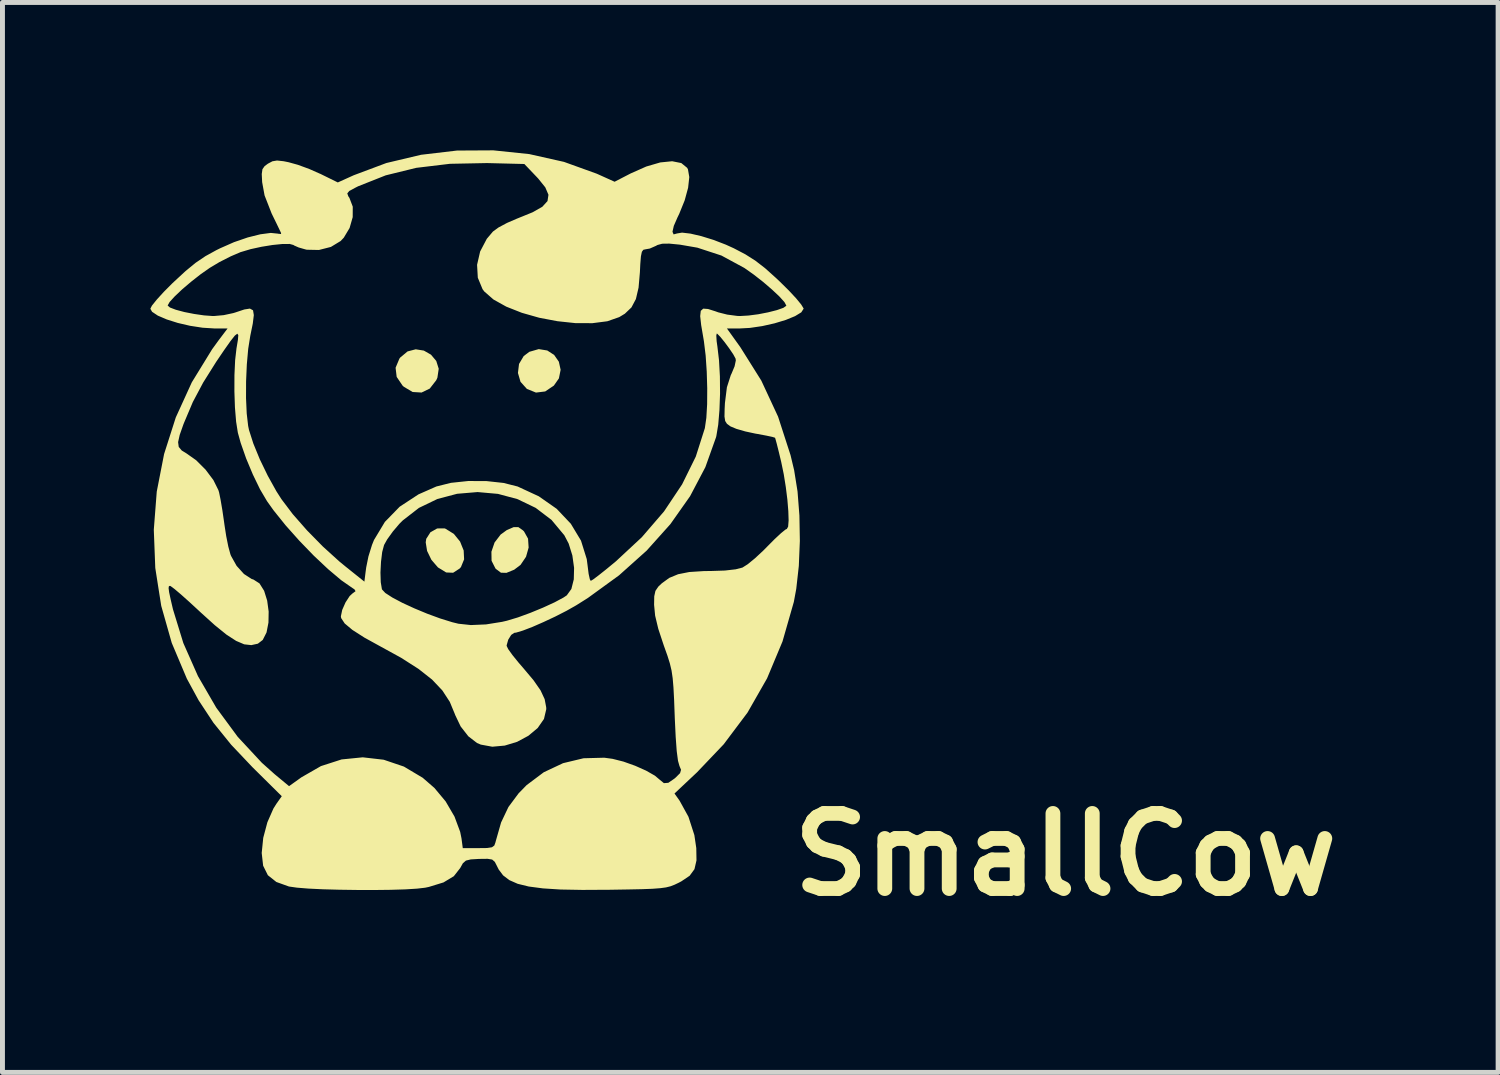
<source format=kicad_pcb>
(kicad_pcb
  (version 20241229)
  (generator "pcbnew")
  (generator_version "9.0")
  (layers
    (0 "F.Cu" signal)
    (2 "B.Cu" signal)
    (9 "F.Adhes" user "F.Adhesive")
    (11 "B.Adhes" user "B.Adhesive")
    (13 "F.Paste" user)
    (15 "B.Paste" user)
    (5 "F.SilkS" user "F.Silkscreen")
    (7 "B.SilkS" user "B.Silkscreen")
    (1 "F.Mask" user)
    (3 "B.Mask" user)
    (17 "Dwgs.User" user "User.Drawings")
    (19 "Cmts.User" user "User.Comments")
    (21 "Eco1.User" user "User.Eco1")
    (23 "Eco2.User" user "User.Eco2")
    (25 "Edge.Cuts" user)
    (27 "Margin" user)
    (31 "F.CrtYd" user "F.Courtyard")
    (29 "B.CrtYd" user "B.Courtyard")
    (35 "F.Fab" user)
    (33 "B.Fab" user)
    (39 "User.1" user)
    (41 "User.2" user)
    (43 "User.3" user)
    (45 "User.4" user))
  (footprint "SmallCow"
    (layer "F.Cu")
    (at 6.626 7.479)
    (property "Reference" "SmallCow" (at 11.938 6.807 0) (unlocked yes) (layer "F.SilkS") (effects (font (size 1.524 1.524) (thickness 0.3))))
    (attr through_hole board_only)
    (fp_poly (pts (xy 1.426 -3.419) (xy 1.566 -3.328) (xy 1.661 -3.191) (xy 1.697 -3.027) (xy 1.662 -2.853) (xy 1.56 -2.707) (xy 1.384 -2.588) (xy 1.197 -2.565) (xy 1.014 -2.639) (xy 1.012 -2.64) (xy 0.883 -2.784) (xy 0.831 -2.963) (xy 0.853 -3.146) (xy 0.948 -3.306) (xy 1.062 -3.392) (xy 1.253 -3.447)) (stroke (width 0) (type solid)) (fill yes) (layer "F.SilkS"))
    (fp_poly (pts (xy -1.078 -3.417) (xy -0.933 -3.334) (xy -0.826 -3.207) (xy -0.776 -3.048) (xy -0.803 -2.867) (xy -0.826 -2.816) (xy -0.958 -2.646) (xy -1.124 -2.566) (xy -1.306 -2.577) (xy -1.484 -2.683) (xy -1.51 -2.707) (xy -1.629 -2.883) (xy -1.651 -3.069) (xy -1.574 -3.253) (xy -1.556 -3.277) (xy -1.408 -3.4) (xy -1.243 -3.443)) (stroke (width 0) (type solid)) (fill yes) (layer "F.SilkS"))
    (fp_poly (pts (xy -0.642 0.195) (xy -0.47 0.301) (xy -0.343 0.457) (xy -0.27 0.638) (xy -0.261 0.818) (xy -0.325 0.974) (xy -0.351 1.004) (xy -0.484 1.09) (xy -0.625 1.084) (xy -0.788 0.984) (xy -0.796 0.977) (xy -0.925 0.827) (xy -1.012 0.647) (xy -1.04 0.473) (xy -1.029 0.401) (xy -0.943 0.267) (xy -0.807 0.191) (xy -0.658 0.19)) (stroke (width 0) (type solid)) (fill yes) (layer "F.SilkS"))
    (fp_poly (pts (xy 0.839 0.164) (xy 0.93 0.228) (xy 0.954 0.251) (xy 1.036 0.398) (xy 1.048 0.579) (xy 0.995 0.766) (xy 0.884 0.93) (xy 0.755 1.028) (xy 0.598 1.092) (xy 0.486 1.089) (xy 0.386 1.014) (xy 0.374 1.002) (xy 0.296 0.847) (xy 0.293 0.663) (xy 0.357 0.476) (xy 0.481 0.314) (xy 0.607 0.223) (xy 0.745 0.164)) (stroke (width 0) (type solid)) (fill yes) (layer "F.SilkS"))
    (fp_poly (pts (xy 1.061 -7.403) (xy 1.765 -7.245) (xy 2.428 -7.006) (xy 2.484 -6.981) (xy 2.792 -6.842) (xy 3.115 -7.009) (xy 3.434 -7.151) (xy 3.719 -7.234) (xy 3.96 -7.258) (xy 4.145 -7.221) (xy 4.264 -7.124) (xy 4.28 -7.093) (xy 4.307 -6.937) (xy 4.283 -6.719) (xy 4.213 -6.463) (xy 4.102 -6.189) (xy 4.07 -6.124) (xy 3.993 -5.947) (xy 3.966 -5.827) (xy 3.989 -5.774) (xy 4.059 -5.793) (xy 4.16 -5.81) (xy 4.331 -5.79) (xy 4.55 -5.739) (xy 4.796 -5.663) (xy 5.046 -5.567) (xy 5.209 -5.493) (xy 5.444 -5.37) (xy 5.646 -5.242) (xy 5.845 -5.088) (xy 6.071 -4.885) (xy 6.15 -4.81) (xy 6.328 -4.634) (xy 6.476 -4.475) (xy 6.579 -4.349) (xy 6.625 -4.273) (xy 6.626 -4.266) (xy 6.579 -4.193) (xy 6.453 -4.116) (xy 6.265 -4.039) (xy 6.037 -3.97) (xy 5.788 -3.914) (xy 5.536 -3.877) (xy 5.334 -3.866) (xy 5.071 -3.865) (xy 5.342 -3.487) (xy 5.768 -2.808) (xy 6.108 -2.077) (xy 6.361 -1.296) (xy 6.434 -0.991) (xy 6.503 -0.559) (xy 6.541 -0.07) (xy 6.55 0.444) (xy 6.529 0.951) (xy 6.477 1.416) (xy 6.428 1.681) (xy 6.198 2.484) (xy 5.885 3.232) (xy 5.488 3.927) (xy 5.004 4.571) (xy 4.464 5.138) (xy 4.007 5.568) (xy 4.111 5.715) (xy 4.29 6.04) (xy 4.41 6.412) (xy 4.449 6.676) (xy 4.453 6.925) (xy 4.412 7.103) (xy 4.314 7.237) (xy 4.146 7.35) (xy 4.091 7.379) (xy 4.007 7.419) (xy 3.927 7.45) (xy 3.835 7.473) (xy 3.717 7.489) (xy 3.558 7.501) (xy 3.344 7.509) (xy 3.059 7.515) (xy 2.69 7.521) (xy 2.67 7.521) (xy 2.138 7.524) (xy 1.697 7.516) (xy 1.338 7.493) (xy 1.05 7.455) (xy 0.826 7.4) (xy 0.656 7.325) (xy 0.53 7.229) (xy 0.44 7.109) (xy 0.407 7.043) (xy 0.362 6.955) (xy 0.308 6.908) (xy 0.216 6.893) (xy 0.055 6.895) (xy 0.042 6.895) (xy -0.126 6.905) (xy -0.224 6.929) (xy -0.286 6.983) (xy -0.34 7.08) (xy -0.47 7.246) (xy -0.679 7.372) (xy -0.975 7.463) (xy -1.051 7.479) (xy -1.214 7.498) (xy -1.454 7.513) (xy -1.752 7.522) (xy -2.088 7.526) (xy -2.442 7.525) (xy -2.795 7.52) (xy -3.128 7.511) (xy -3.421 7.497) (xy -3.653 7.478) (xy -3.807 7.456) (xy -3.814 7.455) (xy -4.07 7.363) (xy -4.242 7.226) (xy -4.338 7.033) (xy -4.367 6.775) (xy -4.336 6.468) (xy -4.252 6.152) (xy -4.129 5.872) (xy -4.067 5.774) (xy -3.96 5.623) (xy -4.556 5.033) (xy -4.987 4.578) (xy -5.345 4.135) (xy -5.647 3.677) (xy -5.886 3.238) (xy -6.192 2.513) (xy -6.405 1.762) (xy -6.462 1.402) (xy -6.256 1.402) (xy -6.245 1.486) (xy -6.213 1.635) (xy -6.167 1.832) (xy -5.957 2.516) (xy -5.66 3.187) (xy -5.289 3.827) (xy -4.853 4.419) (xy -4.364 4.945) (xy -4.105 5.176) (xy -3.812 5.419) (xy -3.562 5.24) (xy -3.165 5.012) (xy -2.746 4.877) (xy -2.317 4.834) (xy -1.892 4.883) (xy -1.482 5.022) (xy -1.101 5.249) (xy -0.864 5.455) (xy -0.636 5.728) (xy -0.456 6.036) (xy -0.341 6.346) (xy -0.314 6.479) (xy -0.288 6.676) (xy 0.031 6.676) (xy 0.204 6.674) (xy 0.303 6.659) (xy 0.352 6.623) (xy 0.376 6.556) (xy 0.38 6.538) (xy 0.489 6.156) (xy 0.638 5.842) (xy 0.844 5.565) (xy 1.007 5.398) (xy 1.355 5.137) (xy 1.746 4.953) (xy 2.162 4.853) (xy 2.583 4.842) (xy 2.751 4.865) (xy 2.972 4.921) (xy 3.208 5.005) (xy 3.43 5.104) (xy 3.609 5.206) (xy 3.711 5.292) (xy 3.792 5.358) (xy 3.882 5.351) (xy 4.004 5.267) (xy 4.03 5.245) (xy 4.12 5.155) (xy 4.14 5.087) (xy 4.107 5.008) (xy 4.078 4.905) (xy 4.052 4.707) (xy 4.031 4.419) (xy 4.013 4.045) (xy 4.011 3.991) (xy 3.999 3.666) (xy 3.986 3.419) (xy 3.97 3.229) (xy 3.947 3.073) (xy 3.913 2.93) (xy 3.865 2.776) (xy 3.799 2.591) (xy 3.788 2.56) (xy 3.678 2.227) (xy 3.614 1.96) (xy 3.593 1.74) (xy 3.596 1.568) (xy 3.62 1.458) (xy 3.678 1.372) (xy 3.75 1.304) (xy 3.901 1.194) (xy 4.08 1.12) (xy 4.307 1.075) (xy 4.603 1.056) (xy 4.758 1.054) (xy 5.03 1.045) (xy 5.249 1.02) (xy 5.385 0.985) (xy 5.491 0.918) (xy 5.639 0.797) (xy 5.805 0.643) (xy 5.889 0.558) (xy 6.04 0.406) (xy 6.169 0.286) (xy 6.258 0.214) (xy 6.286 0.201) (xy 6.312 0.155) (xy 6.322 0.028) (xy 6.316 -0.16) (xy 6.297 -0.392) (xy 6.265 -0.648) (xy 6.223 -0.91) (xy 6.172 -1.157) (xy 6.123 -1.361) (xy 6.082 -1.525) (xy 6.054 -1.627) (xy 6.046 -1.649) (xy 5.992 -1.666) (xy 5.865 -1.693) (xy 5.689 -1.726) (xy 5.647 -1.733) (xy 5.443 -1.777) (xy 5.263 -1.829) (xy 5.143 -1.879) (xy 5.136 -1.884) (xy 5.071 -1.932) (xy 5.035 -1.989) (xy 5.021 -2.079) (xy 5.024 -2.23) (xy 5.03 -2.352) (xy 5.07 -2.673) (xy 5.149 -2.919) (xy 5.166 -2.954) (xy 5.226 -3.098) (xy 5.251 -3.217) (xy 5.246 -3.254) (xy 5.2 -3.339) (xy 5.119 -3.459) (xy 5.024 -3.588) (xy 4.936 -3.696) (xy 4.875 -3.758) (xy 4.864 -3.763) (xy 4.855 -3.72) (xy 4.862 -3.606) (xy 4.877 -3.501) (xy 4.91 -3.22) (xy 4.928 -2.892) (xy 4.931 -2.546) (xy 4.919 -2.211) (xy 4.894 -1.914) (xy 4.856 -1.684) (xy 4.849 -1.657) (xy 4.633 -1.052) (xy 4.323 -0.463) (xy 3.924 0.103) (xy 3.442 0.641) (xy 2.881 1.143) (xy 2.249 1.602) (xy 2.014 1.75) (xy 1.818 1.861) (xy 1.589 1.978) (xy 1.35 2.09) (xy 1.124 2.189) (xy 0.931 2.263) (xy 0.794 2.304) (xy 0.756 2.309) (xy 0.694 2.351) (xy 0.634 2.448) (xy 0.603 2.558) (xy 0.602 2.574) (xy 0.634 2.64) (xy 0.72 2.76) (xy 0.844 2.913) (xy 0.934 3.017) (xy 1.146 3.269) (xy 1.29 3.476) (xy 1.373 3.654) (xy 1.404 3.818) (xy 1.406 3.856) (xy 1.359 4.056) (xy 1.231 4.24) (xy 1.043 4.397) (xy 0.814 4.52) (xy 0.564 4.596) (xy 0.311 4.619) (xy 0.077 4.576) (xy 0.000103 4.543) (xy -0.175 4.408) (xy -0.331 4.208) (xy -0.442 3.976) (xy -0.447 3.961) (xy -0.552 3.708) (xy -0.703 3.477) (xy -0.911 3.257) (xy -1.187 3.04) (xy -1.539 2.815) (xy -1.947 2.591) (xy -2.283 2.406) (xy -2.528 2.249) (xy -2.684 2.118) (xy -2.755 2.01) (xy -2.761 1.974) (xy -2.734 1.844) (xy -2.667 1.692) (xy -2.583 1.563) (xy -2.527 1.511) (xy -2.463 1.464) (xy -2.486 1.426) (xy -2.523 1.402) (xy -2.754 1.241) (xy -3.022 1.015) (xy -3.312 0.742) (xy -3.604 0.44) (xy -3.882 0.128) (xy -4.127 -0.177) (xy -4.259 -0.362) (xy -4.4 -0.601) (xy -4.546 -0.902) (xy -4.683 -1.229) (xy -4.794 -1.546) (xy -4.851 -1.752) (xy -4.886 -1.974) (xy -4.91 -2.264) (xy -4.921 -2.59) (xy -4.92 -2.92) (xy -4.906 -3.223) (xy -4.878 -3.467) (xy -4.874 -3.489) (xy -4.849 -3.639) (xy -4.842 -3.731) (xy -4.862 -3.76) (xy -4.912 -3.721) (xy -5 -3.61) (xy -5.131 -3.424) (xy -5.291 -3.188) (xy -5.554 -2.769) (xy -5.764 -2.374) (xy -5.94 -1.958) (xy -5.955 -1.921) (xy -6.031 -1.705) (xy -6.063 -1.56) (xy -6.05 -1.462) (xy -5.989 -1.39) (xy -5.893 -1.331) (xy -5.696 -1.192) (xy -5.506 -1.002) (xy -5.347 -0.79) (xy -5.246 -0.587) (xy -5.232 -0.542) (xy -5.201 -0.39) (xy -5.165 -0.178) (xy -5.131 0.055) (xy -5.122 0.121) (xy -5.087 0.347) (xy -5.045 0.557) (xy -5.002 0.715) (xy -4.989 0.748) (xy -4.876 0.95) (xy -4.727 1.115) (xy -4.571 1.216) (xy -4.534 1.228) (xy -4.412 1.306) (xy -4.318 1.456) (xy -4.256 1.655) (xy -4.226 1.877) (xy -4.23 2.101) (xy -4.269 2.301) (xy -4.346 2.453) (xy -4.445 2.529) (xy -4.578 2.558) (xy -4.722 2.542) (xy -4.886 2.472) (xy -5.082 2.345) (xy -5.319 2.153) (xy -5.61 1.89) (xy -5.642 1.86) (xy -5.835 1.682) (xy -6.004 1.531) (xy -6.135 1.42) (xy -6.213 1.362) (xy -6.228 1.355) (xy -6.25 1.364) (xy -6.256 1.402) (xy -6.462 1.402) (xy -6.526 0.993) (xy -6.556 0.217) (xy -6.496 -0.557) (xy -6.347 -1.319) (xy -6.11 -2.061) (xy -5.785 -2.773) (xy -5.373 -3.444) (xy -5.24 -3.627) (xy -5.06 -3.865) (xy -5.329 -3.866) (xy -5.567 -3.881) (xy -5.821 -3.92) (xy -6.07 -3.978) (xy -6.294 -4.049) (xy -6.474 -4.126) (xy -6.591 -4.204) (xy -6.626 -4.266) (xy -6.593 -4.331) (xy -6.275 -4.331) (xy -6.229 -4.291) (xy -6.108 -4.245) (xy -5.936 -4.199) (xy -5.737 -4.16) (xy -5.537 -4.131) (xy -5.36 -4.118) (xy -5.336 -4.118) (xy -5.138 -4.136) (xy -4.942 -4.178) (xy -4.894 -4.193) (xy -4.72 -4.251) (xy -4.606 -4.269) (xy -4.543 -4.234) (xy -4.527 -4.137) (xy -4.548 -3.965) (xy -4.599 -3.715) (xy -4.641 -3.452) (xy -4.669 -3.135) (xy -4.684 -2.791) (xy -4.685 -2.45) (xy -4.671 -2.14) (xy -4.642 -1.889) (xy -4.625 -1.807) (xy -4.537 -1.532) (xy -4.405 -1.21) (xy -4.243 -0.876) (xy -4.069 -0.563) (xy -3.966 -0.402) (xy -3.737 -0.099) (xy -3.448 0.23) (xy -3.125 0.559) (xy -2.793 0.86) (xy -2.66 0.969) (xy -2.284 1.27) (xy -2.261 1.085) (xy -1.958 1.085) (xy -1.952 1.282) (xy -1.929 1.421) (xy -1.926 1.429) (xy -1.86 1.5) (xy -1.716 1.593) (xy -1.514 1.7) (xy -1.273 1.811) (xy -1.011 1.92) (xy -0.747 2.017) (xy -0.499 2.094) (xy -0.376 2.124) (xy -0.124 2.151) (xy 0.183 2.138) (xy 0.508 2.086) (xy 0.607 2.063) (xy 0.83 1.996) (xy 1.084 1.903) (xy 1.341 1.797) (xy 1.574 1.69) (xy 1.755 1.593) (xy 1.822 1.548) (xy 1.915 1.419) (xy 1.964 1.224) (xy 1.97 0.99) (xy 1.935 0.739) (xy 1.86 0.498) (xy 1.772 0.33) (xy 1.512 0.018) (xy 1.191 -0.226) (xy 0.824 -0.403) (xy 0.426 -0.51) (xy 0.012 -0.547) (xy -0.403 -0.512) (xy -0.804 -0.406) (xy -1.177 -0.226) (xy -1.506 0.029) (xy -1.573 0.096) (xy -1.708 0.255) (xy -1.822 0.414) (xy -1.885 0.527) (xy -1.923 0.67) (xy -1.947 0.869) (xy -1.958 1.085) (xy -2.261 1.085) (xy -2.247 0.981) (xy -2.202 0.759) (xy -2.129 0.524) (xy -2.089 0.425) (xy -1.868 0.058) (xy -1.568 -0.25) (xy -1.187 -0.5) (xy -0.824 -0.66) (xy -0.529 -0.734) (xy -0.179 -0.771) (xy 0.19 -0.77) (xy 0.539 -0.732) (xy 0.824 -0.66) (xy 1.254 -0.461) (xy 1.617 -0.207) (xy 1.904 0.096) (xy 2.11 0.438) (xy 2.227 0.813) (xy 2.245 0.953) (xy 2.265 1.112) (xy 2.289 1.221) (xy 2.308 1.255) (xy 2.358 1.225) (xy 2.468 1.142) (xy 2.623 1.019) (xy 2.806 0.868) (xy 2.816 0.86) (xy 3.344 0.369) (xy 3.795 -0.155) (xy 4.161 -0.703) (xy 4.439 -1.267) (xy 4.621 -1.838) (xy 4.623 -1.846) (xy 4.653 -2.052) (xy 4.669 -2.329) (xy 4.671 -2.651) (xy 4.661 -2.989) (xy 4.639 -3.316) (xy 4.604 -3.604) (xy 4.594 -3.664) (xy 4.548 -3.934) (xy 4.528 -4.116) (xy 4.54 -4.223) (xy 4.59 -4.268) (xy 4.687 -4.261) (xy 4.836 -4.214) (xy 4.894 -4.193) (xy 5.076 -4.147) (xy 5.281 -4.12) (xy 5.336 -4.118) (xy 5.508 -4.128) (xy 5.707 -4.154) (xy 5.907 -4.193) (xy 6.084 -4.238) (xy 6.215 -4.284) (xy 6.274 -4.325) (xy 6.275 -4.331) (xy 6.237 -4.401) (xy 6.135 -4.514) (xy 5.985 -4.655) (xy 5.806 -4.809) (xy 5.614 -4.959) (xy 5.426 -5.092) (xy 5.421 -5.095) (xy 4.959 -5.345) (xy 4.47 -5.505) (xy 4.116 -5.566) (xy 3.901 -5.587) (xy 3.758 -5.585) (xy 3.662 -5.559) (xy 3.629 -5.541) (xy 3.506 -5.487) (xy 3.421 -5.472) (xy 3.375 -5.462) (xy 3.345 -5.421) (xy 3.326 -5.33) (xy 3.313 -5.171) (xy 3.305 -5.005) (xy 3.278 -4.694) (xy 3.224 -4.463) (xy 3.134 -4.293) (xy 3 -4.165) (xy 2.886 -4.096) (xy 2.645 -4.012) (xy 2.342 -3.973) (xy 1.998 -3.974) (xy 1.632 -4.013) (xy 1.263 -4.083) (xy 0.911 -4.183) (xy 0.595 -4.308) (xy 0.335 -4.453) (xy 0.149 -4.615) (xy 0.113 -4.663) (xy 0.017 -4.895) (xy 0.002 -5.157) (xy 0.064 -5.427) (xy 0.199 -5.684) (xy 0.324 -5.832) (xy 0.436 -5.914) (xy 0.61 -6.007) (xy 0.809 -6.093) (xy 0.834 -6.103) (xy 1.127 -6.222) (xy 1.325 -6.334) (xy 1.431 -6.45) (xy 1.45 -6.578) (xy 1.386 -6.728) (xy 1.242 -6.907) (xy 1.208 -6.943) (xy 0.961 -7.202) (xy 0.204 -7.221) (xy -0.549 -7.206) (xy -1.232 -7.124) (xy -1.851 -6.972) (xy -2.411 -6.75) (xy -2.474 -6.718) (xy -2.59 -6.655) (xy -2.631 -6.606) (xy -2.61 -6.547) (xy -2.587 -6.513) (xy -2.52 -6.337) (xy -2.521 -6.124) (xy -2.584 -5.904) (xy -2.702 -5.707) (xy -2.767 -5.639) (xy -2.963 -5.52) (xy -3.206 -5.458) (xy -3.452 -5.463) (xy -3.482 -5.47) (xy -3.618 -5.509) (xy -3.711 -5.55) (xy -3.722 -5.559) (xy -3.799 -5.58) (xy -3.95 -5.579) (xy -4.148 -5.559) (xy -4.37 -5.523) (xy -4.591 -5.475) (xy -4.786 -5.417) (xy -4.794 -5.415) (xy -4.995 -5.329) (xy -5.225 -5.212) (xy -5.421 -5.095) (xy -5.609 -4.963) (xy -5.801 -4.812) (xy -5.981 -4.659) (xy -6.131 -4.517) (xy -6.235 -4.403) (xy -6.275 -4.332) (xy -6.275 -4.331) (xy -6.593 -4.331) (xy -6.591 -4.333) (xy -6.496 -4.451) (xy -6.355 -4.606) (xy -6.181 -4.781) (xy -6.15 -4.81) (xy -5.91 -5.032) (xy -5.706 -5.199) (xy -5.508 -5.333) (xy -5.286 -5.455) (xy -5.209 -5.493) (xy -4.93 -5.616) (xy -4.651 -5.712) (xy -4.395 -5.776) (xy -4.183 -5.804) (xy -4.036 -5.789) (xy -4.032 -5.787) (xy -3.975 -5.782) (xy -3.974 -5.802) (xy -4.005 -5.867) (xy -4.067 -5.996) (xy -4.149 -6.164) (xy -4.166 -6.199) (xy -4.309 -6.565) (xy -4.358 -6.834) (xy -4.366 -6.999) (xy -4.352 -7.097) (xy -4.307 -7.16) (xy -4.242 -7.208) (xy -4.15 -7.257) (xy -4.056 -7.273) (xy -3.921 -7.258) (xy -3.822 -7.238) (xy -3.631 -7.185) (xy -3.402 -7.101) (xy -3.183 -7.004) (xy -3.181 -7.004) (xy -2.823 -6.828) (xy -2.5 -6.974) (xy -1.838 -7.222) (xy -1.134 -7.389) (xy -0.405 -7.475) (xy 0.332 -7.479)) (stroke (width 0) (type solid)) (fill yes) (layer "F.SilkS")))
  (gr_rect
    (start -3 -3)
    (end 27.341 18.705)
    (stroke (width 0.1) (type default))
    (fill no)
    (layer "Edge.Cuts")))
</source>
